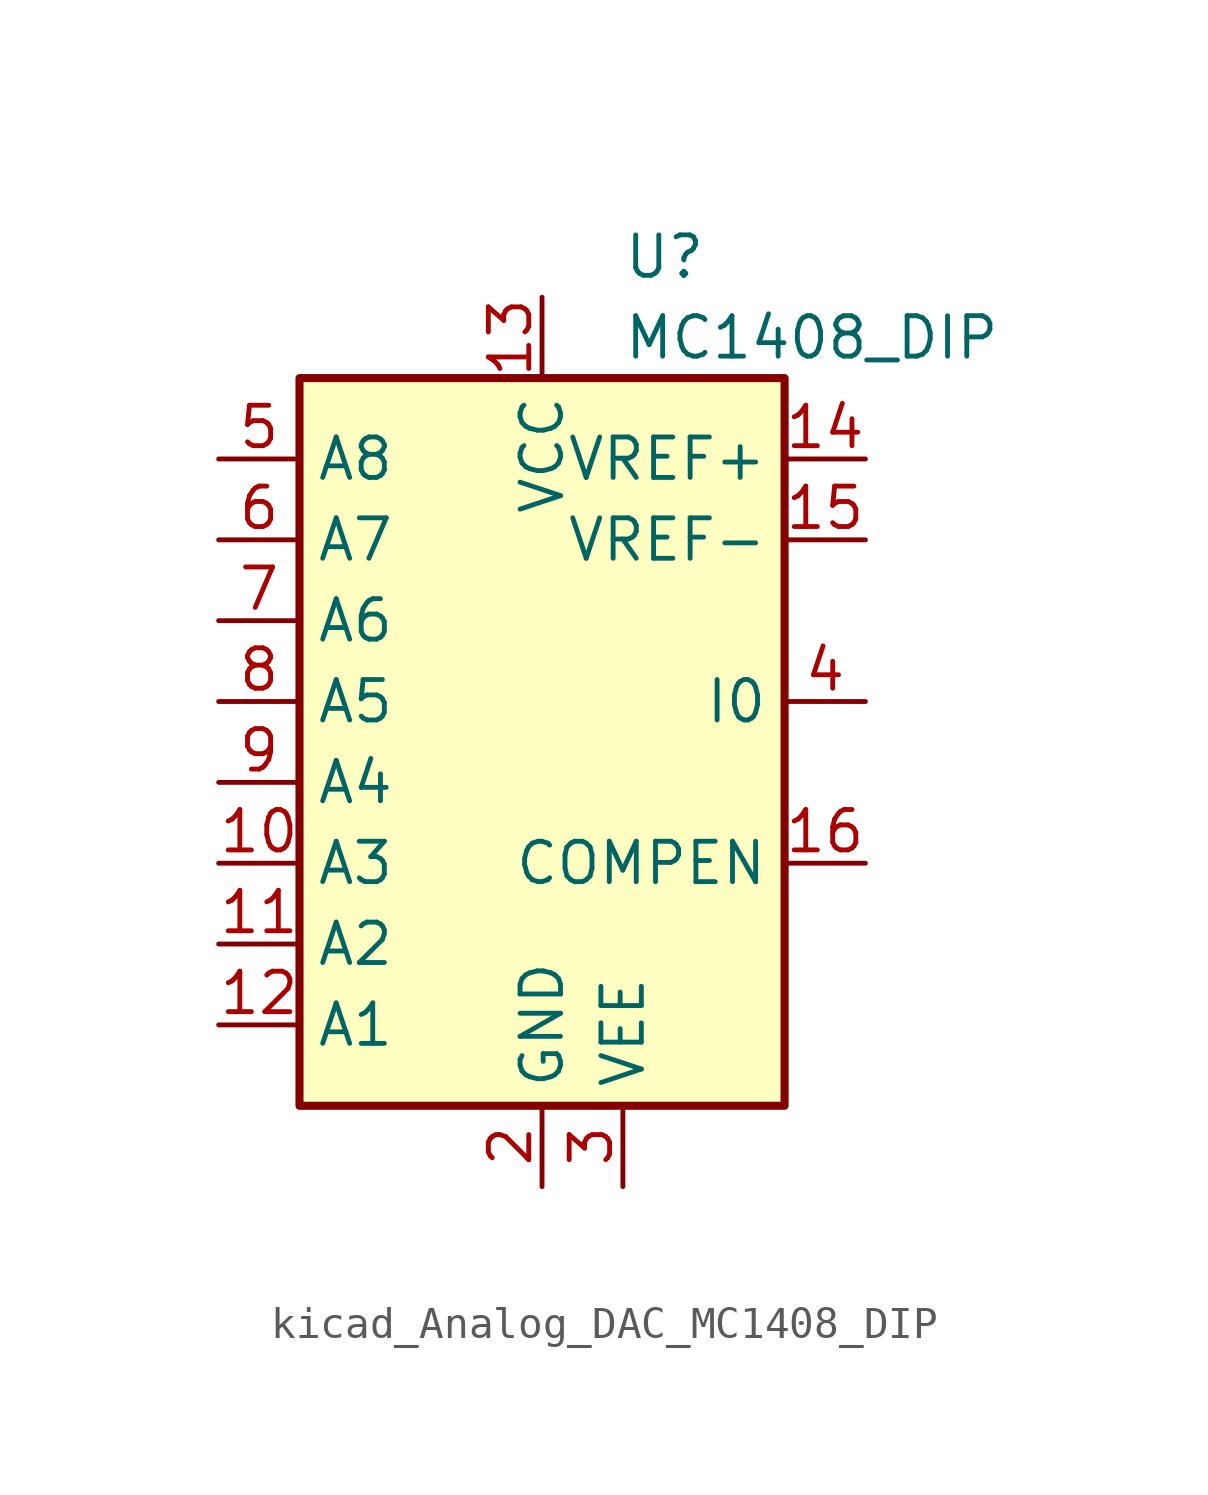
<source format=kicad_sym>
(kicad_symbol_lib
  (version 20220914)
  (generator kicad_symbol_editor)
  (symbol "kicad_Analog_DAC_MC1408_DIP"
    (property "Reference" "U"
      (at 2.54 16.51 0)
      (effects (font (size 1.27 1.27)) (justify left)))
    (property "Value" "MC1408_DIP"
      (at 2.54 13.97 0)
      (effects (font (size 1.27 1.27)) (justify left)))
    (symbol "kicad_Analog_DAC_MC1408_DIP_0_0"
      (rectangle (start -7.62 -10.16) (end 7.62 12.7) (stroke (width 0.254) (type default)) (fill (type background))))
    (symbol "kicad_Analog_DAC_MC1408_DIP_1_1"
      (pin no_connect line (at 7.62 -5.08 180) (length 2.54) hide (name "NC" (effects (font (size 1.27 1.27)))) (number "1" (effects (font (size 1.27 1.27)))))
      (pin input line (at -10.16 -2.54 0) (length 2.54) (name "A3" (effects (font (size 1.27 1.27)))) (number "10" (effects (font (size 1.27 1.27)))))
      (pin input line (at -10.16 -5.08 0) (length 2.54) (name "A2" (effects (font (size 1.27 1.27)))) (number "11" (effects (font (size 1.27 1.27)))))
      (pin input line (at -10.16 -7.62 0) (length 2.54) (name "A1" (effects (font (size 1.27 1.27)))) (number "12" (effects (font (size 1.27 1.27)))))
      (pin power_in line (at 0 15.24 270) (length 2.54) (name "VCC" (effects (font (size 1.27 1.27)))) (number "13" (effects (font (size 1.27 1.27)))))
      (pin output line (at 10.16 10.16 180) (length 2.54) (name "VREF+" (effects (font (size 1.27 1.27)))) (number "14" (effects (font (size 1.27 1.27)))))
      (pin output line (at 10.16 7.62 180) (length 2.54) (name "VREF-" (effects (font (size 1.27 1.27)))) (number "15" (effects (font (size 1.27 1.27)))))
      (pin passive line (at 10.16 -2.54 180) (length 2.54) (name "COMPEN" (effects (font (size 1.27 1.27)))) (number "16" (effects (font (size 1.27 1.27)))))
      (pin power_in line (at 0 -12.7 90) (length 2.54) (name "GND" (effects (font (size 1.27 1.27)))) (number "2" (effects (font (size 1.27 1.27)))))
      (pin power_in line (at 2.54 -12.7 90) (length 2.54) (name "VEE" (effects (font (size 1.27 1.27)))) (number "3" (effects (font (size 1.27 1.27)))))
      (pin input line (at 10.16 2.54 180) (length 2.54) (name "I0" (effects (font (size 1.27 1.27)))) (number "4" (effects (font (size 1.27 1.27)))))
      (pin input line (at -10.16 10.16 0) (length 2.54) (name "A8" (effects (font (size 1.27 1.27)))) (number "5" (effects (font (size 1.27 1.27)))))
      (pin input line (at -10.16 7.62 0) (length 2.54) (name "A7" (effects (font (size 1.27 1.27)))) (number "6" (effects (font (size 1.27 1.27)))))
      (pin input line (at -10.16 5.08 0) (length 2.54) (name "A6" (effects (font (size 1.27 1.27)))) (number "7" (effects (font (size 1.27 1.27)))))
      (pin input line (at -10.16 2.54 0) (length 2.54) (name "A5" (effects (font (size 1.27 1.27)))) (number "8" (effects (font (size 1.27 1.27)))))
      (pin input line (at -10.16 0 0) (length 2.54) (name "A4" (effects (font (size 1.27 1.27)))) (number "9" (effects (font (size 1.27 1.27))))))))
</source>
